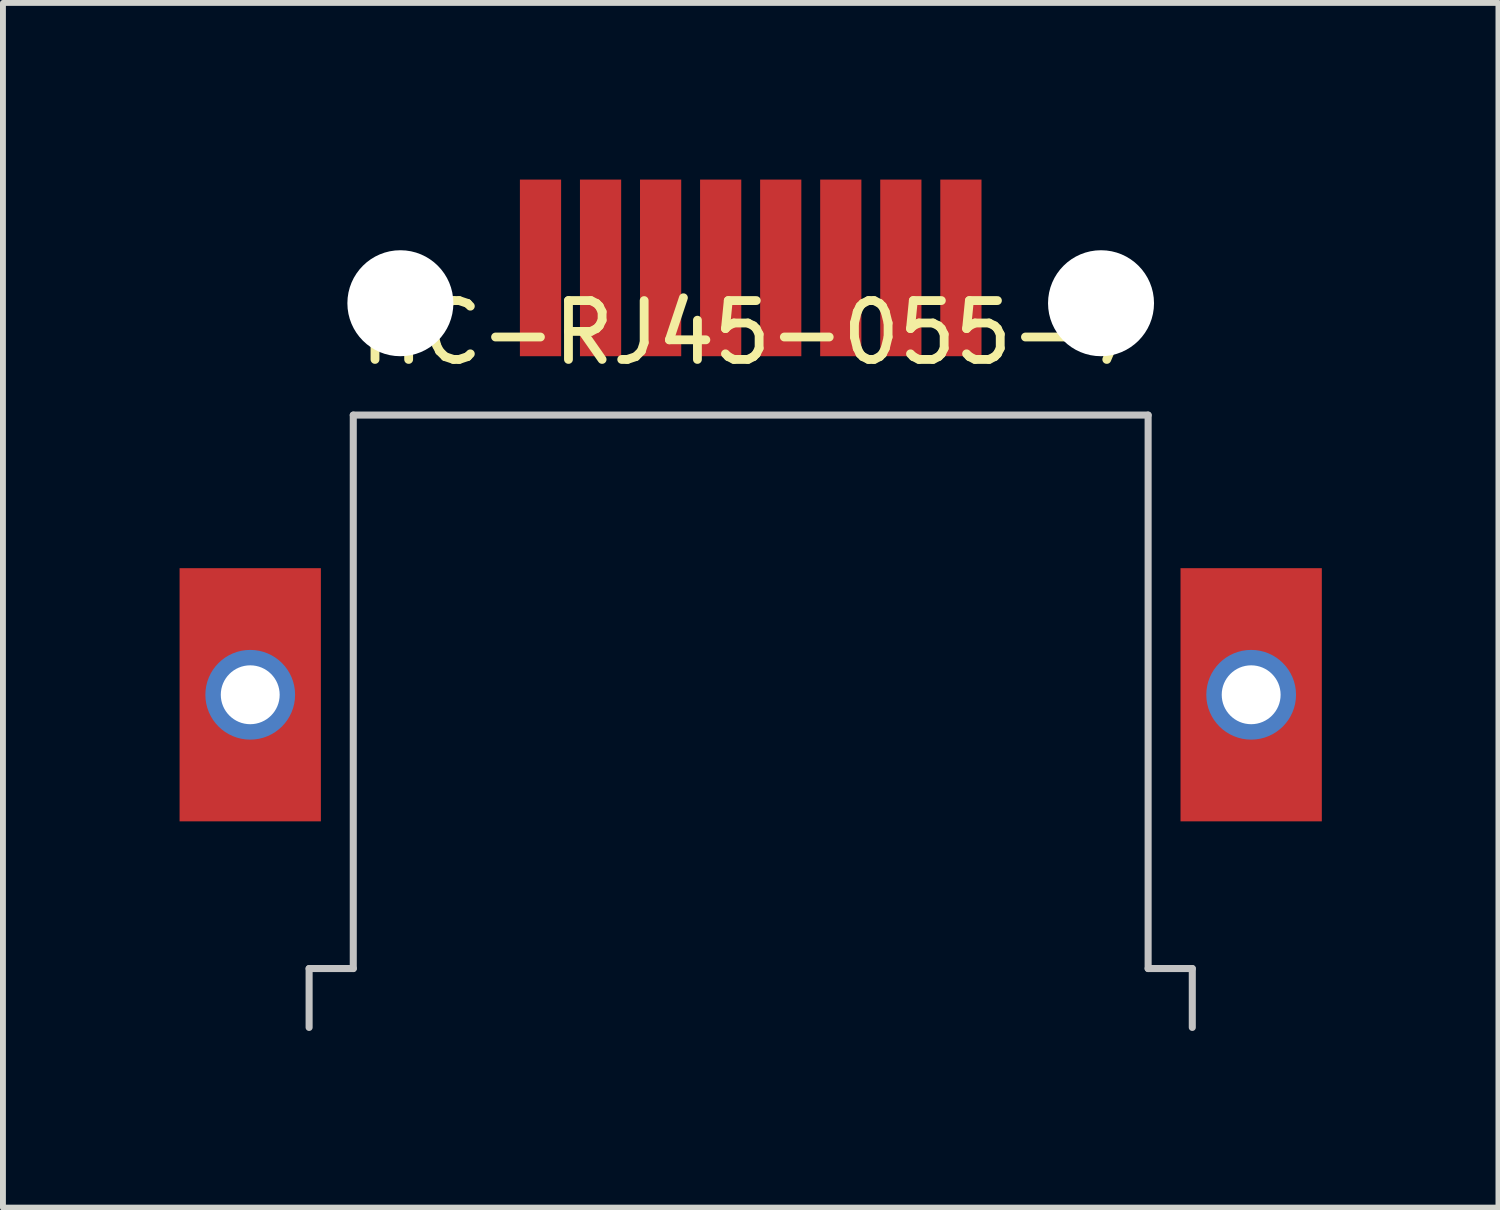
<source format=kicad_pcb>
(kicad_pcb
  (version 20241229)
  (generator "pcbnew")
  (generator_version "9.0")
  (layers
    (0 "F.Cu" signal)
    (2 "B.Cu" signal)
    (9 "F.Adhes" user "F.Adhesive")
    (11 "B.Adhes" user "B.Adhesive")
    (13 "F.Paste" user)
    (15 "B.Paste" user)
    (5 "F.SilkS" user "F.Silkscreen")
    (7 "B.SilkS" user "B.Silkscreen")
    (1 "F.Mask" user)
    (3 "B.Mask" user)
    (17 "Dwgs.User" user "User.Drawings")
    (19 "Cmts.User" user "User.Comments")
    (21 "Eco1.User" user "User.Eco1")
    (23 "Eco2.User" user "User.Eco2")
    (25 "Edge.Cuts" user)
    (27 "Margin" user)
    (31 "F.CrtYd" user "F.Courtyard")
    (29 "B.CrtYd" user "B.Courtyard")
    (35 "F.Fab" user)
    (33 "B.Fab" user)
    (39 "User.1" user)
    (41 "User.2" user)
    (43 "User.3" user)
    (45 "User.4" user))
  (footprint "HC-RJ45-055-7"
    (layer "F.Cu")
    (at 9.7 2.1)
    (property "Reference" "HC-RJ45-055-7" (at 0 0.5 0) (layer "F.SilkS") (effects (font (size 1 1) (thickness 0.15))))
    (attr through_hole)
    (fp_line (start -7.5 11.3) (end -7.5 12.3) (stroke (width 0.12) (type solid)) (layer "Dwgs.User"))
    (fp_line (start -6.75 1.9) (end -6.75 11.3) (stroke (width 0.12) (type solid)) (layer "Dwgs.User"))
    (fp_line (start -6.75 1.9) (end 6.75 1.9) (stroke (width 0.12) (type solid)) (layer "Dwgs.User"))
    (fp_line (start -6.75 11.3) (end -7.5 11.3) (stroke (width 0.12) (type solid)) (layer "Dwgs.User"))
    (fp_line (start 6.75 11.3) (end 6.75 1.9) (stroke (width 0.12) (type solid)) (layer "Dwgs.User"))
    (fp_line (start 6.75 11.3) (end 7.5 11.3) (stroke (width 0.12) (type solid)) (layer "Dwgs.User"))
    (fp_line (start 7.5 11.3) (end 7.5 12.3) (stroke (width 0.12) (type solid)) (layer "Dwgs.User"))
    (pad "" np_thru_hole circle (at -5.95 0) (size 1.8 1.8) (drill 1.8) (layers "*.Cu" "*.Mask"))
    (pad "" np_thru_hole circle (at 5.95 0) (size 1.8 1.8) (drill 1.8) (layers "*.Cu" "*.Mask"))
    (pad "1" smd rect (at -3.57 -0.6) (size 0.7 3) (layers "F.Cu" "F.Mask" "F.Paste"))
    (pad "2" smd rect (at -2.55 -0.6) (size 0.7 3) (layers "F.Cu" "F.Mask" "F.Paste"))
    (pad "3" smd rect (at -1.53 -0.6) (size 0.7 3) (layers "F.Cu" "F.Mask" "F.Paste"))
    (pad "4" smd rect (at -0.51 -0.6) (size 0.7 3) (layers "F.Cu" "F.Mask" "F.Paste"))
    (pad "5" smd rect (at 0.51 -0.6) (size 0.7 3) (layers "F.Cu" "F.Mask" "F.Paste"))
    (pad "6" smd rect (at 1.53 -0.6) (size 0.7 3) (layers "F.Cu" "F.Mask" "F.Paste"))
    (pad "7" smd rect (at 2.55 -0.6) (size 0.7 3) (layers "F.Cu" "F.Mask" "F.Paste"))
    (pad "8" smd rect (at 3.57 -0.6) (size 0.7 3) (layers "F.Cu" "F.Mask" "F.Paste"))
    (pad "SH" thru_hole circle (at -8.5 6.65) (size 1.524 1.524) (drill 1) (layers "*.Cu" "*.Mask"))
    (pad "SH" smd rect (at -8.5 6.65) (size 2.4 4.3) (layers "F.Cu" "F.Mask" "F.Paste"))
    (pad "SH" thru_hole circle (at 8.5 6.65) (size 1.524 1.524) (drill 1) (layers "*.Cu" "*.Mask"))
    (pad "SH" smd rect (at 8.5 6.65) (size 2.4 4.3) (layers "F.Cu" "F.Mask" "F.Paste")))
  (gr_rect
    (start -3 -3)
    (end 22.4 17.46)
    (stroke (width 0.1) (type default))
    (fill no)
    (layer "Edge.Cuts")))
</source>
